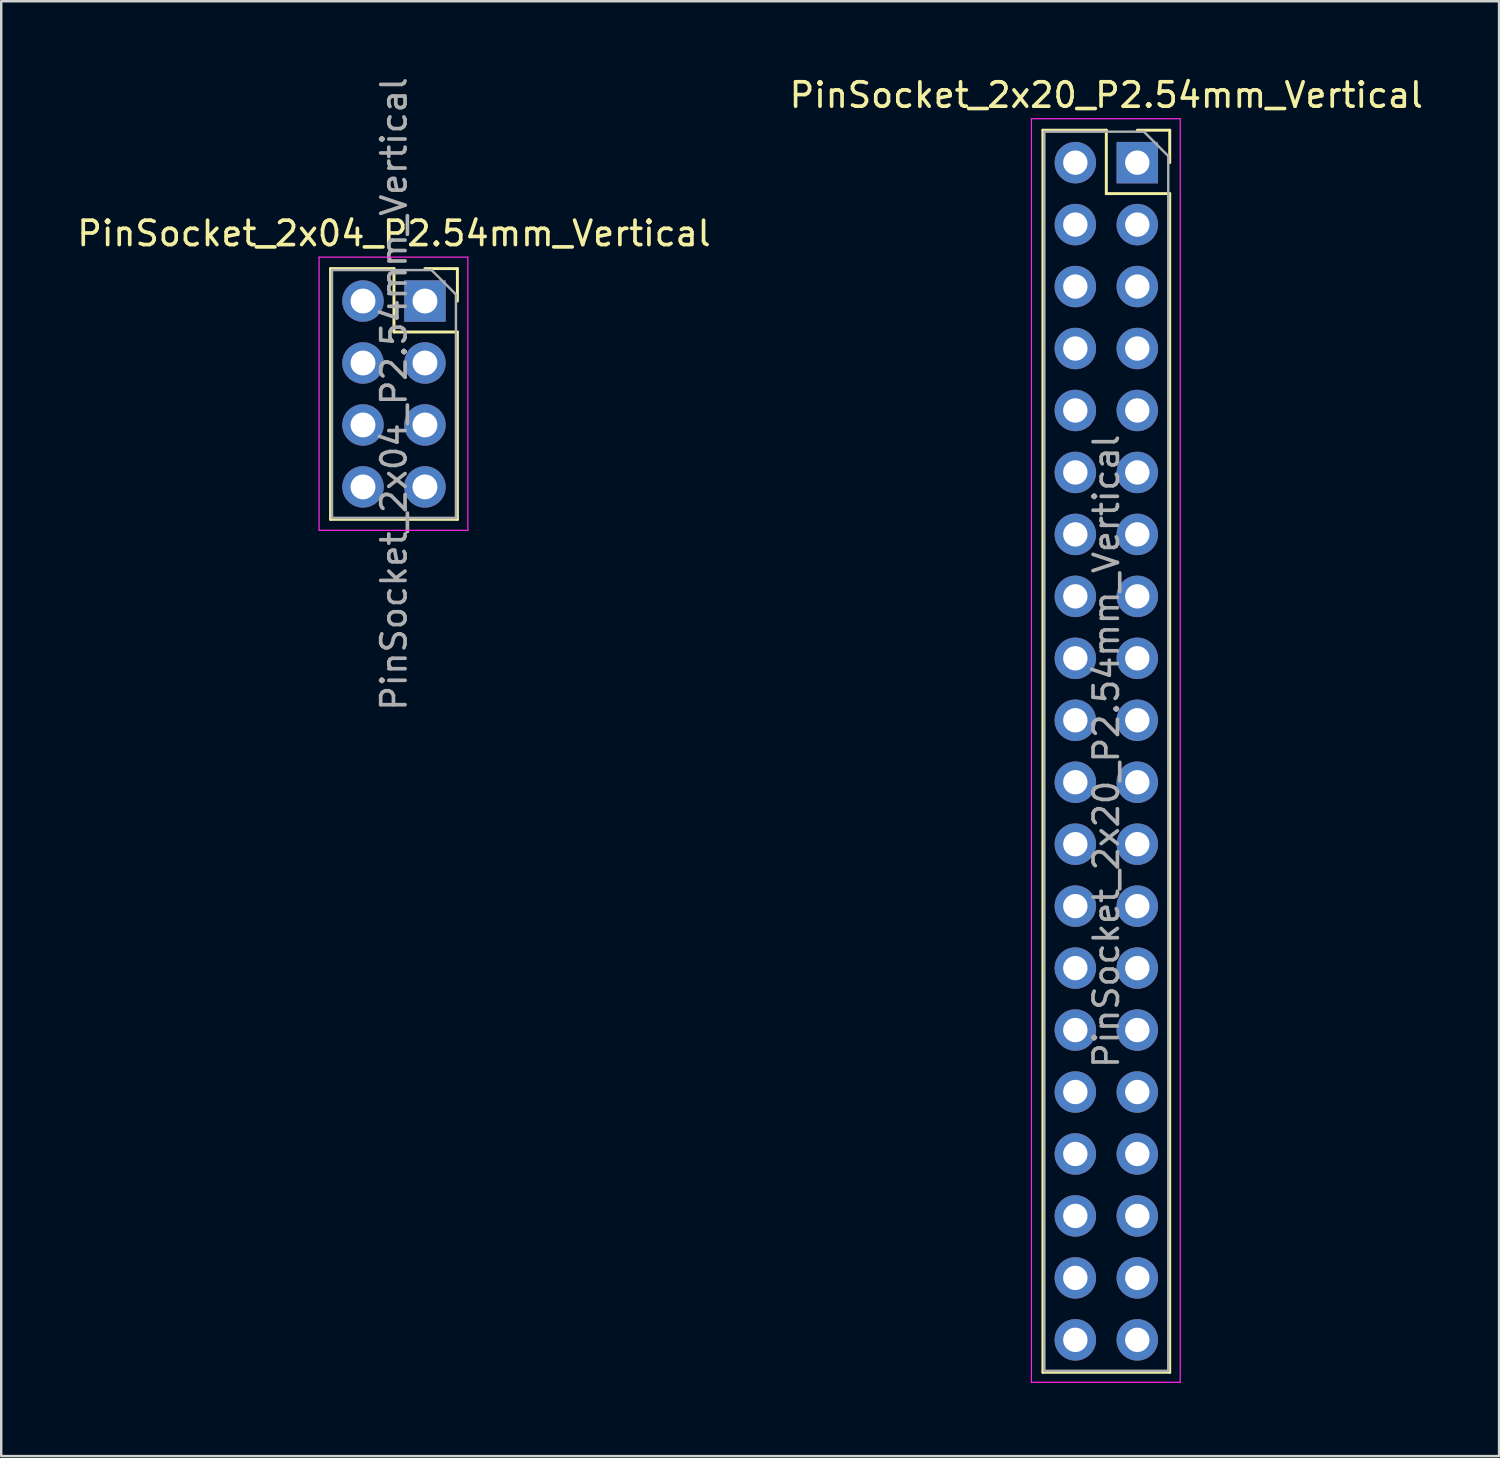
<source format=kicad_pcb>
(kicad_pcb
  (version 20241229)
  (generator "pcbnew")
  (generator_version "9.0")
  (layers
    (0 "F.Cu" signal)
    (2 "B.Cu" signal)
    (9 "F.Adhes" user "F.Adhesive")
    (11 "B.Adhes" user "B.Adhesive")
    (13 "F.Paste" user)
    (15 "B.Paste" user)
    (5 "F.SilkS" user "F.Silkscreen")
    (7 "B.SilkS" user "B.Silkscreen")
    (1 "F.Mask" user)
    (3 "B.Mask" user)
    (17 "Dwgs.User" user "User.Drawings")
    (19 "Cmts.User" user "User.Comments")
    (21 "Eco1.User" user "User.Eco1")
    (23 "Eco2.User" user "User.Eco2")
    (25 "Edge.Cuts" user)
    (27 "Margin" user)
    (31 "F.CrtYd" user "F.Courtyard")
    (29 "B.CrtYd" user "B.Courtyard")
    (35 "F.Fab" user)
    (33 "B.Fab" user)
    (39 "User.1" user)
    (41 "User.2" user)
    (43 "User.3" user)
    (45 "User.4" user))
  (footprint "PinSocket_2x04_P2.54mm_Vertical"
    (layer "F.Cu")
    (at 14.371 9.291)
    (property "Reference" "PinSocket_2x04_P2.54mm_Vertical" (at -1.27 -2.77 0) (layer "F.SilkS") (effects (font (size 1 1) (thickness 0.15))))
    (attr through_hole)
    (fp_line (start -3.87 -1.33) (end -3.87 8.95) (stroke (width 0.12) (type solid)) (layer "F.SilkS"))
    (fp_line (start -3.87 -1.33) (end -1.27 -1.33) (stroke (width 0.12) (type solid)) (layer "F.SilkS"))
    (fp_line (start -3.87 8.95) (end 1.33 8.95) (stroke (width 0.12) (type solid)) (layer "F.SilkS"))
    (fp_line (start -1.27 -1.33) (end -1.27 1.27) (stroke (width 0.12) (type solid)) (layer "F.SilkS"))
    (fp_line (start -1.27 1.27) (end 1.33 1.27) (stroke (width 0.12) (type solid)) (layer "F.SilkS"))
    (fp_line (start 0 -1.33) (end 1.33 -1.33) (stroke (width 0.12) (type solid)) (layer "F.SilkS"))
    (fp_line (start 1.33 -1.33) (end 1.33 0) (stroke (width 0.12) (type solid)) (layer "F.SilkS"))
    (fp_line (start 1.33 1.27) (end 1.33 8.95) (stroke (width 0.12) (type solid)) (layer "F.SilkS"))
    (fp_line (start -4.34 -1.8) (end 1.76 -1.8) (stroke (width 0.05) (type solid)) (layer "F.CrtYd"))
    (fp_line (start -4.34 9.4) (end -4.34 -1.8) (stroke (width 0.05) (type solid)) (layer "F.CrtYd"))
    (fp_line (start 1.76 -1.8) (end 1.76 9.4) (stroke (width 0.05) (type solid)) (layer "F.CrtYd"))
    (fp_line (start 1.76 9.4) (end -4.34 9.4) (stroke (width 0.05) (type solid)) (layer "F.CrtYd"))
    (fp_line (start -3.81 -1.27) (end 0.27 -1.27) (stroke (width 0.1) (type solid)) (layer "F.Fab"))
    (fp_line (start -3.81 8.89) (end -3.81 -1.27) (stroke (width 0.1) (type solid)) (layer "F.Fab"))
    (fp_line (start 0.27 -1.27) (end 1.27 -0.27) (stroke (width 0.1) (type solid)) (layer "F.Fab"))
    (fp_line (start 1.27 -0.27) (end 1.27 8.89) (stroke (width 0.1) (type solid)) (layer "F.Fab"))
    (fp_line (start 1.27 8.89) (end -3.81 8.89) (stroke (width 0.1) (type solid)) (layer "F.Fab"))
    (fp_text user "${REFERENCE}" (at -1.27 3.81 90) (layer "F.Fab") (effects (font (size 1 1) (thickness 0.15))))
    (pad "1" thru_hole rect (at 0 0) (size 1.7 1.7) (drill 1.02) (layers "*.Cu" "*.Mask"))
    (pad "2" thru_hole oval (at -2.54 0) (size 1.7 1.7) (drill 1.02) (layers "*.Cu" "*.Mask"))
    (pad "3" thru_hole oval (at 0 2.54) (size 1.7 1.7) (drill 1.02) (layers "*.Cu" "*.Mask"))
    (pad "4" thru_hole oval (at -2.54 2.54) (size 1.7 1.7) (drill 1.02) (layers "*.Cu" "*.Mask"))
    (pad "5" thru_hole oval (at 0 5.08) (size 1.7 1.7) (drill 1.02) (layers "*.Cu" "*.Mask"))
    (pad "6" thru_hole oval (at -2.54 5.08) (size 1.7 1.7) (drill 1.02) (layers "*.Cu" "*.Mask"))
    (pad "7" thru_hole oval (at 0 7.62) (size 1.7 1.7) (drill 1.02) (layers "*.Cu" "*.Mask"))
    (pad "8" thru_hole oval (at -2.54 7.62) (size 1.7 1.7) (drill 1.02) (layers "*.Cu" "*.Mask")))
  (footprint "PinSocket_2x20_P2.54mm_Vertical"
    (layer "F.Cu")
    (at 43.574 3.618)
    (property "Reference" "PinSocket_2x20_P2.54mm_Vertical" (at -1.27 -2.77 0) (layer "F.SilkS") (effects (font (size 1 1) (thickness 0.15))))
    (attr through_hole)
    (fp_line (start -3.87 -1.33) (end -3.87 49.59) (stroke (width 0.12) (type solid)) (layer "F.SilkS"))
    (fp_line (start -3.87 -1.33) (end -1.27 -1.33) (stroke (width 0.12) (type solid)) (layer "F.SilkS"))
    (fp_line (start -3.87 49.59) (end 1.33 49.59) (stroke (width 0.12) (type solid)) (layer "F.SilkS"))
    (fp_line (start -1.27 -1.33) (end -1.27 1.27) (stroke (width 0.12) (type solid)) (layer "F.SilkS"))
    (fp_line (start -1.27 1.27) (end 1.33 1.27) (stroke (width 0.12) (type solid)) (layer "F.SilkS"))
    (fp_line (start 0 -1.33) (end 1.33 -1.33) (stroke (width 0.12) (type solid)) (layer "F.SilkS"))
    (fp_line (start 1.33 -1.33) (end 1.33 0) (stroke (width 0.12) (type solid)) (layer "F.SilkS"))
    (fp_line (start 1.33 1.27) (end 1.33 49.59) (stroke (width 0.12) (type solid)) (layer "F.SilkS"))
    (fp_line (start -4.34 -1.8) (end 1.76 -1.8) (stroke (width 0.05) (type solid)) (layer "F.CrtYd"))
    (fp_line (start -4.34 50) (end -4.34 -1.8) (stroke (width 0.05) (type solid)) (layer "F.CrtYd"))
    (fp_line (start 1.76 -1.8) (end 1.76 50) (stroke (width 0.05) (type solid)) (layer "F.CrtYd"))
    (fp_line (start 1.76 50) (end -4.34 50) (stroke (width 0.05) (type solid)) (layer "F.CrtYd"))
    (fp_line (start -3.81 -1.27) (end 0.27 -1.27) (stroke (width 0.1) (type solid)) (layer "F.Fab"))
    (fp_line (start -3.81 49.53) (end -3.81 -1.27) (stroke (width 0.1) (type solid)) (layer "F.Fab"))
    (fp_line (start 0.27 -1.27) (end 1.27 -0.27) (stroke (width 0.1) (type solid)) (layer "F.Fab"))
    (fp_line (start 1.27 -0.27) (end 1.27 49.53) (stroke (width 0.1) (type solid)) (layer "F.Fab"))
    (fp_line (start 1.27 49.53) (end -3.81 49.53) (stroke (width 0.1) (type solid)) (layer "F.Fab"))
    (fp_text user "${REFERENCE}" (at -1.27 24.13 90) (layer "F.Fab") (effects (font (size 1 1) (thickness 0.15))))
    (pad "1" thru_hole oval (at -2.54 0) (size 1.7 1.7) (drill 1) (layers "*.Cu" "*.Mask"))
    (pad "2" thru_hole rect (at 0 0) (size 1.7 1.7) (drill 1) (layers "*.Cu" "*.Mask"))
    (pad "3" thru_hole oval (at -2.54 2.54) (size 1.7 1.7) (drill 1) (layers "*.Cu" "*.Mask"))
    (pad "4" thru_hole oval (at 0 2.54) (size 1.7 1.7) (drill 1) (layers "*.Cu" "*.Mask"))
    (pad "5" thru_hole oval (at -2.54 5.08) (size 1.7 1.7) (drill 1) (layers "*.Cu" "*.Mask"))
    (pad "6" thru_hole oval (at 0 5.08) (size 1.7 1.7) (drill 1) (layers "*.Cu" "*.Mask"))
    (pad "7" thru_hole oval (at -2.54 7.62) (size 1.7 1.7) (drill 1) (layers "*.Cu" "*.Mask"))
    (pad "8" thru_hole oval (at 0 7.62) (size 1.7 1.7) (drill 1) (layers "*.Cu" "*.Mask"))
    (pad "9" thru_hole oval (at -2.54 10.16) (size 1.7 1.7) (drill 1) (layers "*.Cu" "*.Mask"))
    (pad "10" thru_hole oval (at 0 10.16) (size 1.7 1.7) (drill 1) (layers "*.Cu" "*.Mask"))
    (pad "11" thru_hole oval (at -2.54 12.7) (size 1.7 1.7) (drill 1) (layers "*.Cu" "*.Mask"))
    (pad "12" thru_hole oval (at 0 12.7) (size 1.7 1.7) (drill 1) (layers "*.Cu" "*.Mask"))
    (pad "13" thru_hole oval (at -2.54 15.24) (size 1.7 1.7) (drill 1) (layers "*.Cu" "*.Mask"))
    (pad "14" thru_hole oval (at 0 15.24) (size 1.7 1.7) (drill 1) (layers "*.Cu" "*.Mask"))
    (pad "15" thru_hole oval (at -2.54 17.78) (size 1.7 1.7) (drill 1) (layers "*.Cu" "*.Mask"))
    (pad "16" thru_hole oval (at 0 17.78) (size 1.7 1.7) (drill 1) (layers "*.Cu" "*.Mask"))
    (pad "17" thru_hole oval (at -2.54 20.32) (size 1.7 1.7) (drill 1) (layers "*.Cu" "*.Mask"))
    (pad "18" thru_hole oval (at 0 20.32) (size 1.7 1.7) (drill 1) (layers "*.Cu" "*.Mask"))
    (pad "19" thru_hole oval (at -2.54 22.86) (size 1.7 1.7) (drill 1) (layers "*.Cu" "*.Mask"))
    (pad "20" thru_hole oval (at 0 22.86) (size 1.7 1.7) (drill 1) (layers "*.Cu" "*.Mask"))
    (pad "21" thru_hole oval (at -2.54 25.4) (size 1.7 1.7) (drill 1) (layers "*.Cu" "*.Mask"))
    (pad "22" thru_hole oval (at 0 25.4) (size 1.7 1.7) (drill 1) (layers "*.Cu" "*.Mask"))
    (pad "23" thru_hole oval (at -2.54 27.94) (size 1.7 1.7) (drill 1) (layers "*.Cu" "*.Mask"))
    (pad "24" thru_hole oval (at 0 27.94) (size 1.7 1.7) (drill 1) (layers "*.Cu" "*.Mask"))
    (pad "25" thru_hole oval (at -2.54 30.48) (size 1.7 1.7) (drill 1) (layers "*.Cu" "*.Mask"))
    (pad "26" thru_hole oval (at 0 30.48) (size 1.7 1.7) (drill 1) (layers "*.Cu" "*.Mask"))
    (pad "27" thru_hole oval (at -2.54 33.02) (size 1.7 1.7) (drill 1) (layers "*.Cu" "*.Mask"))
    (pad "28" thru_hole oval (at 0 33.02) (size 1.7 1.7) (drill 1) (layers "*.Cu" "*.Mask"))
    (pad "29" thru_hole oval (at -2.54 35.56) (size 1.7 1.7) (drill 1) (layers "*.Cu" "*.Mask"))
    (pad "30" thru_hole oval (at 0 35.56) (size 1.7 1.7) (drill 1) (layers "*.Cu" "*.Mask"))
    (pad "31" thru_hole oval (at -2.54 38.1) (size 1.7 1.7) (drill 1) (layers "*.Cu" "*.Mask"))
    (pad "32" thru_hole oval (at 0 38.1) (size 1.7 1.7) (drill 1) (layers "*.Cu" "*.Mask"))
    (pad "33" thru_hole oval (at -2.54 40.64) (size 1.7 1.7) (drill 1) (layers "*.Cu" "*.Mask"))
    (pad "34" thru_hole oval (at 0 40.64) (size 1.7 1.7) (drill 1) (layers "*.Cu" "*.Mask"))
    (pad "35" thru_hole oval (at -2.54 43.18) (size 1.7 1.7) (drill 1) (layers "*.Cu" "*.Mask"))
    (pad "36" thru_hole oval (at 0 43.18) (size 1.7 1.7) (drill 1) (layers "*.Cu" "*.Mask"))
    (pad "37" thru_hole oval (at -2.54 45.72) (size 1.7 1.7) (drill 1) (layers "*.Cu" "*.Mask"))
    (pad "38" thru_hole oval (at 0 45.72) (size 1.7 1.7) (drill 1) (layers "*.Cu" "*.Mask"))
    (pad "39" thru_hole oval (at -2.54 48.26) (size 1.7 1.7) (drill 1) (layers "*.Cu" "*.Mask"))
    (pad "40" thru_hole oval (at 0 48.26) (size 1.7 1.7) (drill 1) (layers "*.Cu" "*.Mask")))
  (gr_rect
    (start -3 -3)
    (end 58.405 56.643)
    (stroke (width 0.1) (type default))
    (fill no)
    (layer "Edge.Cuts")))
</source>
